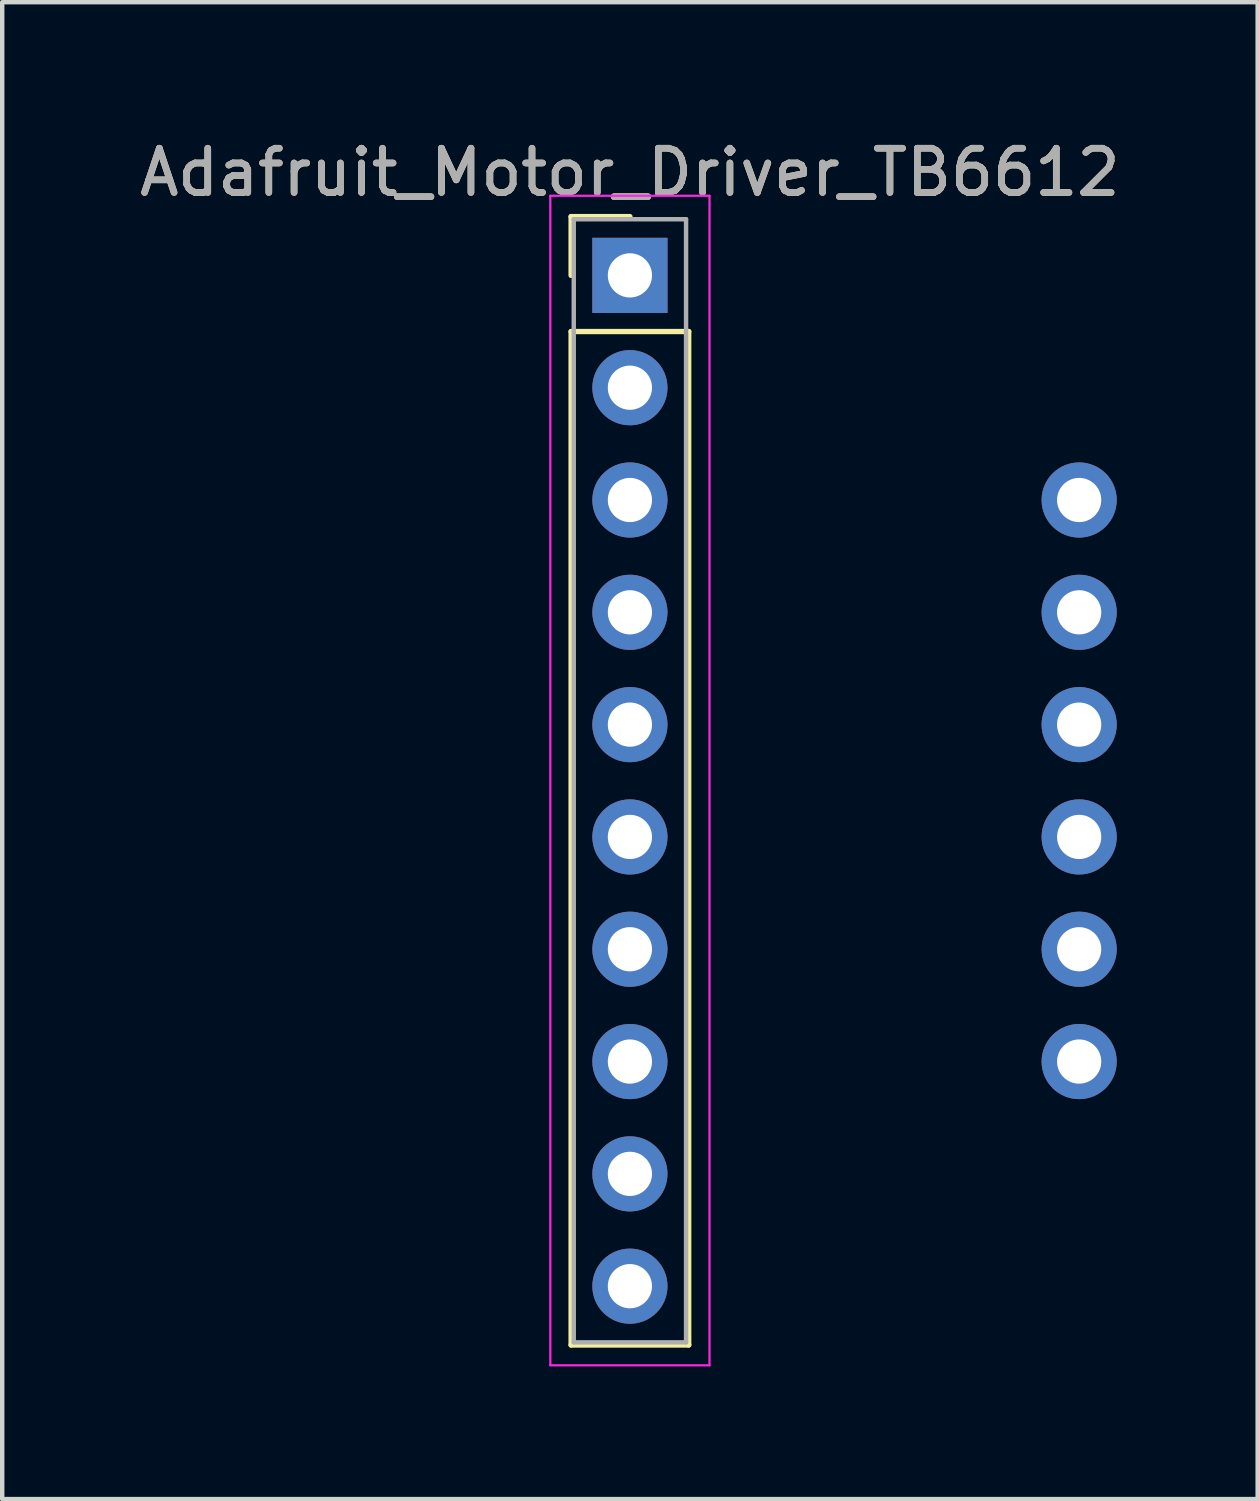
<source format=kicad_pcb>
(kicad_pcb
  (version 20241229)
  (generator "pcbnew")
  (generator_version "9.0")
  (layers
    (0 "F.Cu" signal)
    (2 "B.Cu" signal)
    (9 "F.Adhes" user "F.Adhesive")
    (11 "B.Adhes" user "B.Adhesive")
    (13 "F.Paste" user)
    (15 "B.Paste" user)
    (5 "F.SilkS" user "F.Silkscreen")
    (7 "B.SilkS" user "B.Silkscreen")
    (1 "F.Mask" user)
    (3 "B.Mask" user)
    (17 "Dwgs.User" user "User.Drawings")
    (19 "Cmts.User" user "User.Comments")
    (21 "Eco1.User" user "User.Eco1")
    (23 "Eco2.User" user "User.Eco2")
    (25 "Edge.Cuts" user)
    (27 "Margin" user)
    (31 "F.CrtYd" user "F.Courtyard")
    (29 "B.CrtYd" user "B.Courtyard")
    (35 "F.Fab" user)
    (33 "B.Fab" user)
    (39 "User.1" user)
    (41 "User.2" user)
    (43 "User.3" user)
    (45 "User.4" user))
  (footprint "Adafruit_Motor_Driver_TB6612"
    (layer "F.Cu")
    (at 11.196 3.178)
    (property "Reference" "Adafruit_Motor_Driver_TB6612" (at 0 -2.33 0) (layer "F.SilkS") (effects (font (size 1 1) (thickness 0.15))))
    (attr through_hole)
    (fp_line (start -1.33 -1.33) (end 0 -1.33) (stroke (width 0.12) (type solid)) (layer "F.SilkS"))
    (fp_line (start -1.33 0) (end -1.33 -1.33) (stroke (width 0.12) (type solid)) (layer "F.SilkS"))
    (fp_line (start -1.33 1.27) (end -1.33 24.19) (stroke (width 0.12) (type solid)) (layer "F.SilkS"))
    (fp_line (start -1.33 24.19) (end 1.33 24.19) (stroke (width 0.12) (type solid)) (layer "F.SilkS"))
    (fp_line (start 1.33 1.27) (end -1.33 1.27) (stroke (width 0.12) (type solid)) (layer "F.SilkS"))
    (fp_line (start 1.33 24.19) (end 1.33 1.27) (stroke (width 0.12) (type solid)) (layer "F.SilkS"))
    (fp_line (start -1.8 -1.8) (end -1.8 24.65) (stroke (width 0.05) (type solid)) (layer "F.CrtYd"))
    (fp_line (start -1.8 24.65) (end 1.8 24.65) (stroke (width 0.05) (type solid)) (layer "F.CrtYd"))
    (fp_line (start 1.8 -1.8) (end -1.8 -1.8) (stroke (width 0.05) (type solid)) (layer "F.CrtYd"))
    (fp_line (start 1.8 24.65) (end 1.8 -1.8) (stroke (width 0.05) (type solid)) (layer "F.CrtYd"))
    (fp_line (start -1.27 -1.27) (end -1.27 24.13) (stroke (width 0.1) (type solid)) (layer "F.Fab"))
    (fp_line (start -1.27 24.13) (end 1.27 24.13) (stroke (width 0.1) (type solid)) (layer "F.Fab"))
    (fp_line (start 1.27 -1.27) (end -1.27 -1.27) (stroke (width 0.1) (type solid)) (layer "F.Fab"))
    (fp_line (start 1.27 24.13) (end 1.27 -1.27) (stroke (width 0.1) (type solid)) (layer "F.Fab"))
    (fp_text user "${REFERENCE}" (at 0 -2.33 0) (layer "F.Fab") (effects (font (size 1 1) (thickness 0.15))))
    (pad "1" thru_hole rect (at 0 0) (size 1.7 1.7) (drill 1) (layers "*.Cu" "*.Mask"))
    (pad "2" thru_hole oval (at 0 2.54) (size 1.7 1.7) (drill 1) (layers "*.Cu" "*.Mask"))
    (pad "3" thru_hole oval (at 0 5.08) (size 1.7 1.7) (drill 1) (layers "*.Cu" "*.Mask"))
    (pad "4" thru_hole oval (at 0 7.62) (size 1.7 1.7) (drill 1) (layers "*.Cu" "*.Mask"))
    (pad "5" thru_hole oval (at 0 10.16) (size 1.7 1.7) (drill 1) (layers "*.Cu" "*.Mask"))
    (pad "6" thru_hole oval (at 0 12.7) (size 1.7 1.7) (drill 1) (layers "*.Cu" "*.Mask"))
    (pad "7" thru_hole oval (at 0 15.24) (size 1.7 1.7) (drill 1) (layers "*.Cu" "*.Mask"))
    (pad "8" thru_hole oval (at 0 17.78) (size 1.7 1.7) (drill 1) (layers "*.Cu" "*.Mask"))
    (pad "9" thru_hole oval (at 0 20.32) (size 1.7 1.7) (drill 1) (layers "*.Cu" "*.Mask"))
    (pad "10" thru_hole oval (at 0 22.86) (size 1.7 1.7) (drill 1) (layers "*.Cu" "*.Mask"))
    (pad "11" thru_hole oval (at 10.16 5.08) (size 1.7 1.7) (drill 1) (layers "*.Cu" "*.Mask"))
    (pad "12" thru_hole oval (at 10.16 7.62) (size 1.7 1.7) (drill 1) (layers "*.Cu" "*.Mask"))
    (pad "13" thru_hole oval (at 10.16 10.16) (size 1.7 1.7) (drill 1) (layers "*.Cu" "*.Mask"))
    (pad "14" thru_hole oval (at 10.16 12.7) (size 1.7 1.7) (drill 1) (layers "*.Cu" "*.Mask"))
    (pad "15" thru_hole oval (at 10.16 15.24) (size 1.7 1.7) (drill 1) (layers "*.Cu" "*.Mask"))
    (pad "16" thru_hole oval (at 10.16 17.78) (size 1.7 1.7) (drill 1) (layers "*.Cu" "*.Mask")))
  (gr_rect
    (start -3 -3)
    (end 25.393 30.853)
    (stroke (width 0.1) (type default))
    (fill no)
    (layer "Edge.Cuts")))
</source>
